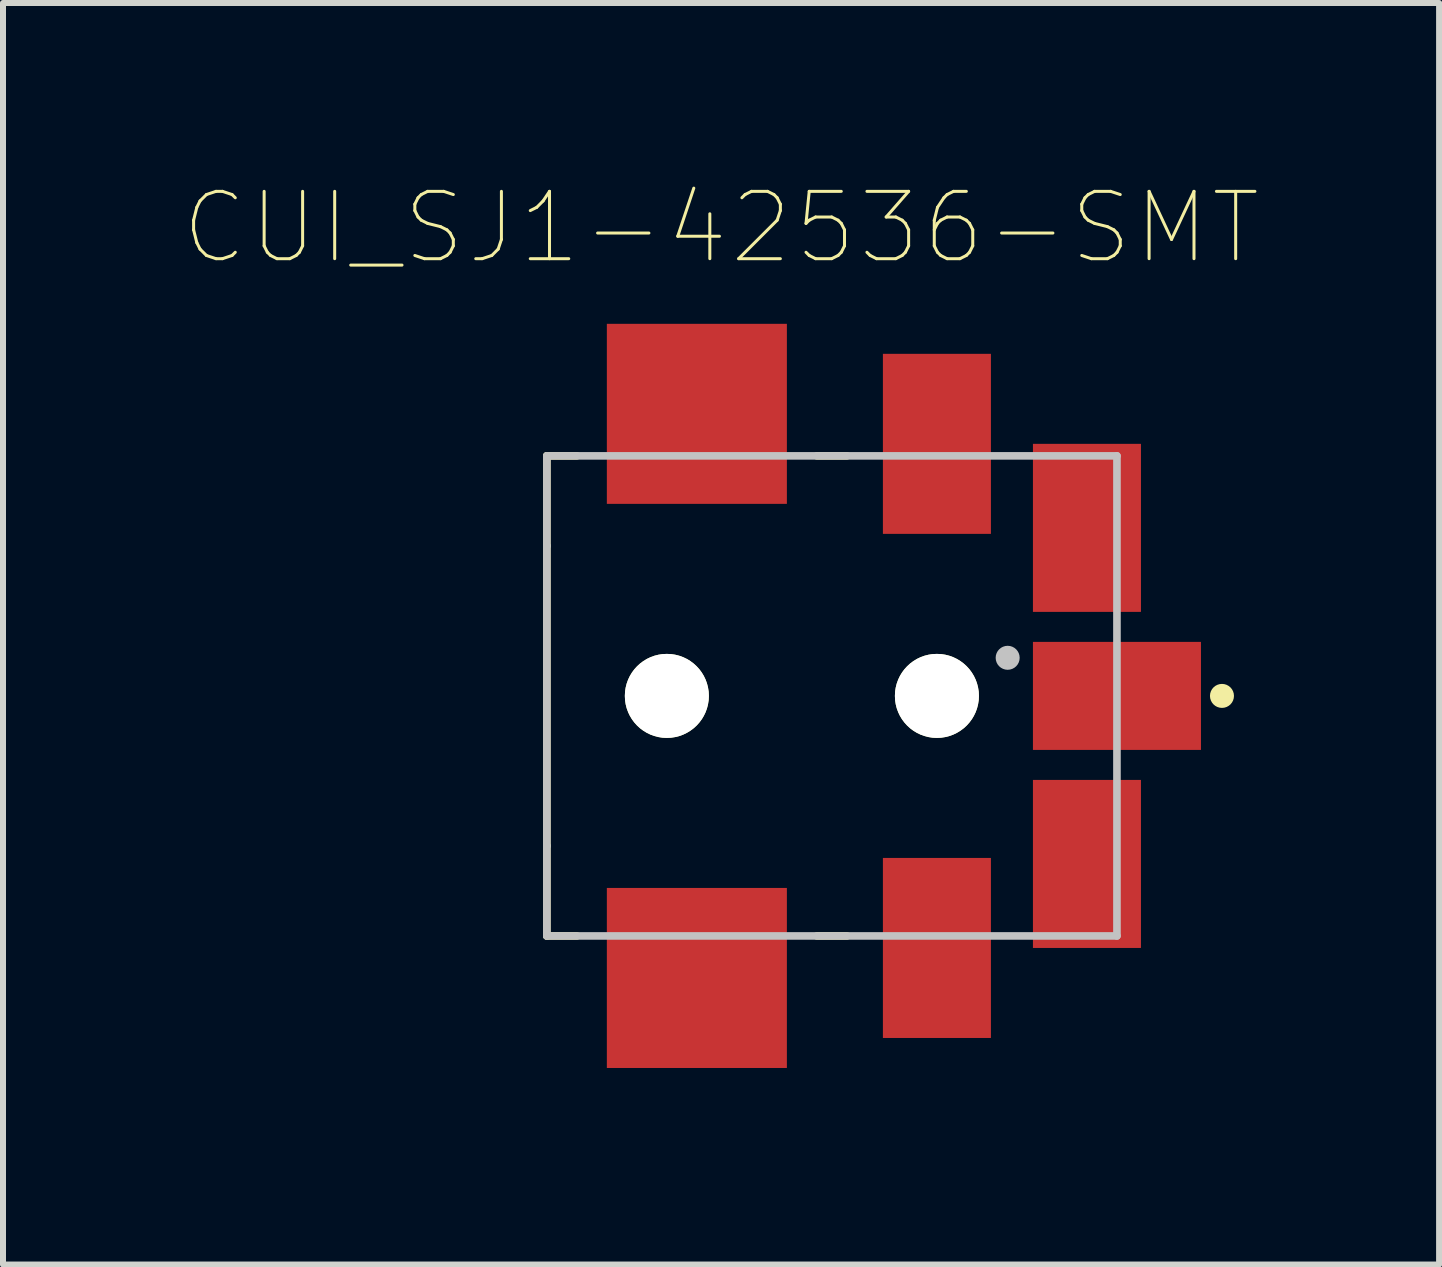
<source format=kicad_pcb>
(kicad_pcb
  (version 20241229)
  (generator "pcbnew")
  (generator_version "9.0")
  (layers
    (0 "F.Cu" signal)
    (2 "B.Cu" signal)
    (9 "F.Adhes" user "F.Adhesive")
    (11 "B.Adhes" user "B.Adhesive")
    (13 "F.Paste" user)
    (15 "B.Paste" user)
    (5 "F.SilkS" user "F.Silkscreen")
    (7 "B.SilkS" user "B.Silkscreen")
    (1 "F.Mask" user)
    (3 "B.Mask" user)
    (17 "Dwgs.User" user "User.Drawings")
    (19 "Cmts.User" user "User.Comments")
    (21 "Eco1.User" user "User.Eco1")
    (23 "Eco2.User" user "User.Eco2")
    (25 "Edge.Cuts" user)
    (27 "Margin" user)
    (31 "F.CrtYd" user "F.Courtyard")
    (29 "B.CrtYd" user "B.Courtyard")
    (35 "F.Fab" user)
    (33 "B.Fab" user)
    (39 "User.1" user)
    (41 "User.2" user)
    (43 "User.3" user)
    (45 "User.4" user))
  (footprint "CUI_SJ1-42536-SMT"
    (layer "F.Cu")
    (at 10.312 8.546)
    (property "Reference" "CUI_SJ1-42536-SMT" (at -1.347 -7.802 0) (layer "F.SilkS") (effects (font (size 1.122 1.122) (thickness 0.05))))
    (attr smd)
    (fp_line (start -4.25 -4) (end -4.25 -2.5) (stroke (width 0.127) (type solid)) (layer "F.SilkS"))
    (fp_line (start -4.25 -2.5) (end -4.25 2.5) (stroke (width 0.127) (type solid)) (layer "F.SilkS"))
    (fp_line (start -4.25 2.5) (end -4.25 4) (stroke (width 0.127) (type solid)) (layer "F.SilkS"))
    (fp_line (start -4.25 4) (end -3.75 4) (stroke (width 0.127) (type solid)) (layer "F.SilkS"))
    (fp_line (start -3.75 -4) (end -4.25 -4) (stroke (width 0.127) (type solid)) (layer "F.SilkS"))
    (fp_line (start 0.25 -4) (end 0.75 -4) (stroke (width 0.127) (type solid)) (layer "F.SilkS"))
    (fp_line (start 0.25 4) (end 0.75 4) (stroke (width 0.127) (type solid)) (layer "F.SilkS"))
    (fp_circle (center 7 0) (end 7.1 0) (stroke (width 0.2) (type solid)) (fill no) (layer "F.SilkS"))
    (fp_line (start -4.25 -4) (end 5.25 -4) (stroke (width 0.127) (type solid)) (layer "Dwgs.User"))
    (fp_line (start -4.25 -2.5) (end -4.25 -4) (stroke (width 0.127) (type solid)) (layer "Dwgs.User"))
    (fp_line (start -4.25 2.5) (end -4.25 -2.5) (stroke (width 0.127) (type solid)) (layer "Dwgs.User"))
    (fp_line (start -4.25 4) (end -4.25 2.5) (stroke (width 0.127) (type solid)) (layer "Dwgs.User"))
    (fp_line (start 5.25 -4) (end 5.25 4) (stroke (width 0.127) (type solid)) (layer "Dwgs.User"))
    (fp_line (start 5.25 4) (end -4.25 4) (stroke (width 0.127) (type solid)) (layer "Dwgs.User"))
    (fp_circle (center 3.429 -0.635) (end 3.529 -0.635) (stroke (width 0.2) (type solid)) (fill no) (layer "Dwgs.User"))
    (fp_line (start -7 -2.75) (end -4.5 -2.75) (stroke (width 0.05) (type solid)) (layer "Eco1.User"))
    (fp_line (start -7 2.75) (end -7 -2.75) (stroke (width 0.05) (type solid)) (layer "Eco1.User"))
    (fp_line (start -4.5 -6.45) (end 3.4 -6.45) (stroke (width 0.05) (type solid)) (layer "Eco1.User"))
    (fp_line (start -4.5 -2.75) (end -4.5 -6.45) (stroke (width 0.05) (type solid)) (layer "Eco1.User"))
    (fp_line (start -4.5 2.75) (end -7 2.75) (stroke (width 0.05) (type solid)) (layer "Eco1.User"))
    (fp_line (start -4.5 6.45) (end -4.5 2.75) (stroke (width 0.05) (type solid)) (layer "Eco1.User"))
    (fp_line (start 3.4 -6.45) (end 3.4 -4.45) (stroke (width 0.05) (type solid)) (layer "Eco1.User"))
    (fp_line (start 3.4 -4.45) (end 5.9 -4.45) (stroke (width 0.05) (type solid)) (layer "Eco1.User"))
    (fp_line (start 3.4 4.45) (end 3.4 6.45) (stroke (width 0.05) (type solid)) (layer "Eco1.User"))
    (fp_line (start 3.4 6.45) (end -4.5 6.45) (stroke (width 0.05) (type solid)) (layer "Eco1.User"))
    (fp_line (start 5.9 -4.45) (end 5.9 -1.15) (stroke (width 0.05) (type solid)) (layer "Eco1.User"))
    (fp_line (start 5.9 -1.15) (end 6.9 -1.15) (stroke (width 0.05) (type solid)) (layer "Eco1.User"))
    (fp_line (start 5.9 1.15) (end 5.9 4.45) (stroke (width 0.05) (type solid)) (layer "Eco1.User"))
    (fp_line (start 5.9 4.45) (end 3.4 4.45) (stroke (width 0.05) (type solid)) (layer "Eco1.User"))
    (fp_line (start 6.9 -1.15) (end 6.9 1.15) (stroke (width 0.05) (type solid)) (layer "Eco1.User"))
    (fp_line (start 6.9 1.15) (end 5.9 1.15) (stroke (width 0.05) (type solid)) (layer "Eco1.User"))
    (pad "" np_thru_hole circle (at -2.25 0) (size 1.4 1.4) (drill 1.4) (layers "*.Cu" "*.Mask" "F.SilkS"))
    (pad "" np_thru_hole circle (at 2.25 0) (size 1.4 1.4) (drill 1.4) (layers "*.Cu" "*.Mask" "F.SilkS"))
    (pad "1" smd rect (at 5.25 0) (size 2.8 1.8) (layers "F.Cu" "F.Mask" "F.Paste"))
    (pad "2" smd rect (at 2.25 4.2) (size 1.8 3) (layers "F.Cu" "F.Mask" "F.Paste"))
    (pad "3" smd rect (at 2.25 -4.2) (size 1.8 3) (layers "F.Cu" "F.Mask" "F.Paste"))
    (pad "4" smd rect (at -1.75 4.7) (size 3 3) (layers "F.Cu" "F.Mask" "F.Paste"))
    (pad "4.1" smd rect (at -1.75 -4.7) (size 3 3) (layers "F.Cu" "F.Mask" "F.Paste"))
    (pad "5" smd rect (at 4.75 2.8 270) (size 2.8 1.8) (layers "F.Cu" "F.Mask" "F.Paste"))
    (pad "6" smd rect (at 4.75 -2.8 90) (size 2.8 1.8) (layers "F.Cu" "F.Mask" "F.Paste")))
  (gr_rect
    (start -3 -3)
    (end 20.93 18.021)
    (stroke (width 0.1) (type default))
    (fill no)
    (layer "Edge.Cuts")))
</source>
